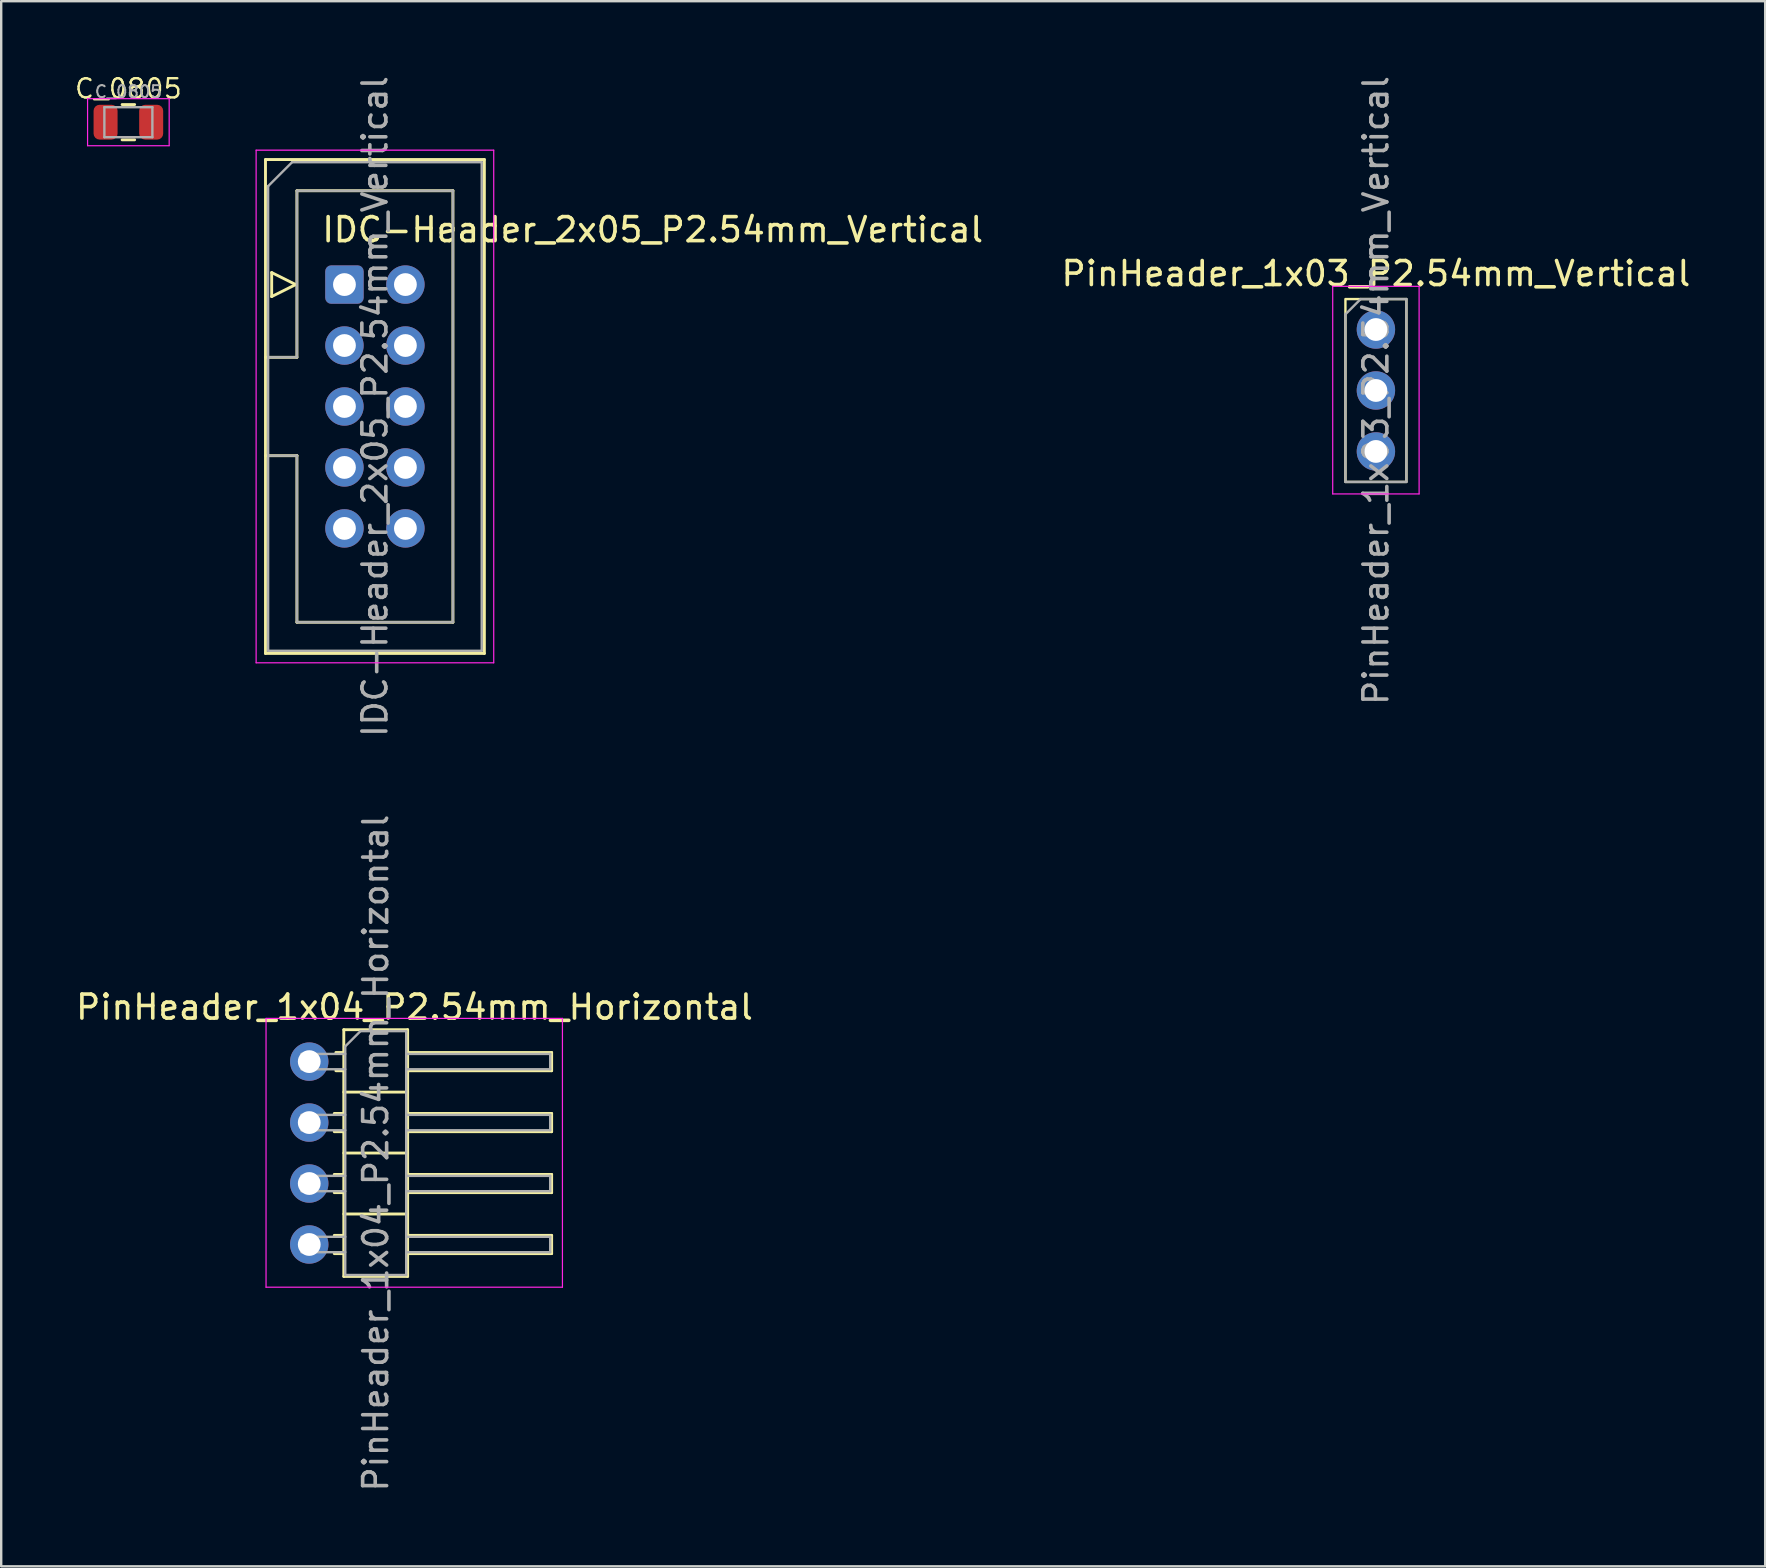
<source format=kicad_pcb>
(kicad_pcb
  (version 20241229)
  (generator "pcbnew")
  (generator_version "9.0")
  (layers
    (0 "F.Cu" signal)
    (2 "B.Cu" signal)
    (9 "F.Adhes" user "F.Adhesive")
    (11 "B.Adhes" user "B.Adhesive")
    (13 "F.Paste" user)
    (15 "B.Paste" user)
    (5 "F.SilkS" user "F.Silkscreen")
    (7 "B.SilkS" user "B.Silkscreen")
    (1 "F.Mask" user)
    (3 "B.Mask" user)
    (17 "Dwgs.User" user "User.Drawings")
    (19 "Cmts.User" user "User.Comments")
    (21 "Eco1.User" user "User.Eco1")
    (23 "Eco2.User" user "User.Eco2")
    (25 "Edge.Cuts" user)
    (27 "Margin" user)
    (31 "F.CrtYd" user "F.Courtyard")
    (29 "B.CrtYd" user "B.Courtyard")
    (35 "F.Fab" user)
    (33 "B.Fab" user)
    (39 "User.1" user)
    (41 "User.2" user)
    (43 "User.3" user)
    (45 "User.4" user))
  (footprint "IDC-Header_2x05_P2.54mm_Vertical"
    (layer "F.Cu")
    (at 11.302 8.807)
    (property "Reference" "IDC-Header_2x05_P2.54mm_Vertical" (at -1.016 -2.286 0) (unlocked yes) (layer "F.SilkS") (effects (font (size 1 1) (thickness 0.15)) (justify left)))
    (attr through_hole)
    (fp_line (start -3.29 -5.21) (end 5.83 -5.21) (stroke (width 0.12) (type solid)) (layer "F.SilkS"))
    (fp_line (start -3.29 3.03) (end -1.98 3.03) (stroke (width 0.12) (type solid)) (layer "F.SilkS"))
    (fp_line (start -3.29 15.37) (end -3.29 -5.21) (stroke (width 0.12) (type solid)) (layer "F.SilkS"))
    (fp_line (start -3.032 -0.5) (end -3.032 0.5) (stroke (width 0.12) (type solid)) (layer "F.SilkS"))
    (fp_line (start -3.032 0.5) (end -2.032 0) (stroke (width 0.12) (type solid)) (layer "F.SilkS"))
    (fp_line (start -2.032 0) (end -3.032 -0.5) (stroke (width 0.12) (type solid)) (layer "F.SilkS"))
    (fp_line (start -1.98 -3.91) (end 4.52 -3.91) (stroke (width 0.12) (type solid)) (layer "F.SilkS"))
    (fp_line (start -1.98 3.03) (end -1.98 -3.91) (stroke (width 0.12) (type solid)) (layer "F.SilkS"))
    (fp_line (start -1.98 7.13) (end -3.29 7.13) (stroke (width 0.12) (type solid)) (layer "F.SilkS"))
    (fp_line (start -1.98 7.13) (end -1.98 7.13) (stroke (width 0.12) (type solid)) (layer "F.SilkS"))
    (fp_line (start -1.98 14.07) (end -1.98 7.13) (stroke (width 0.12) (type solid)) (layer "F.SilkS"))
    (fp_line (start 4.52 -3.91) (end 4.52 14.07) (stroke (width 0.12) (type solid)) (layer "F.SilkS"))
    (fp_line (start 4.52 14.07) (end -1.98 14.07) (stroke (width 0.12) (type solid)) (layer "F.SilkS"))
    (fp_line (start 5.83 -5.21) (end 5.83 15.37) (stroke (width 0.12) (type solid)) (layer "F.SilkS"))
    (fp_line (start 5.83 15.37) (end -3.29 15.37) (stroke (width 0.12) (type solid)) (layer "F.SilkS"))
    (fp_line (start -3.68 -5.6) (end -3.68 15.76) (stroke (width 0.05) (type solid)) (layer "F.CrtYd"))
    (fp_line (start -3.68 15.76) (end 6.22 15.76) (stroke (width 0.05) (type solid)) (layer "F.CrtYd"))
    (fp_line (start 6.22 -5.6) (end -3.68 -5.6) (stroke (width 0.05) (type solid)) (layer "F.CrtYd"))
    (fp_line (start 6.22 15.76) (end 6.22 -5.6) (stroke (width 0.05) (type solid)) (layer "F.CrtYd"))
    (fp_line (start -3.18 -4.1) (end -2.18 -5.1) (stroke (width 0.1) (type solid)) (layer "F.Fab"))
    (fp_line (start -3.18 3.03) (end -1.98 3.03) (stroke (width 0.1) (type solid)) (layer "F.Fab"))
    (fp_line (start -3.18 15.26) (end -3.18 -4.1) (stroke (width 0.1) (type solid)) (layer "F.Fab"))
    (fp_line (start -2.18 -5.1) (end 5.72 -5.1) (stroke (width 0.1) (type solid)) (layer "F.Fab"))
    (fp_line (start -1.98 -3.91) (end 4.52 -3.91) (stroke (width 0.1) (type solid)) (layer "F.Fab"))
    (fp_line (start -1.98 3.03) (end -1.98 -3.91) (stroke (width 0.1) (type solid)) (layer "F.Fab"))
    (fp_line (start -1.98 7.13) (end -3.18 7.13) (stroke (width 0.1) (type solid)) (layer "F.Fab"))
    (fp_line (start -1.98 7.13) (end -1.98 7.13) (stroke (width 0.1) (type solid)) (layer "F.Fab"))
    (fp_line (start -1.98 14.07) (end -1.98 7.13) (stroke (width 0.1) (type solid)) (layer "F.Fab"))
    (fp_line (start 4.52 -3.91) (end 4.52 14.07) (stroke (width 0.1) (type solid)) (layer "F.Fab"))
    (fp_line (start 4.52 14.07) (end -1.98 14.07) (stroke (width 0.1) (type solid)) (layer "F.Fab"))
    (fp_line (start 5.72 -5.1) (end 5.72 15.26) (stroke (width 0.1) (type solid)) (layer "F.Fab"))
    (fp_line (start 5.72 15.26) (end -3.18 15.26) (stroke (width 0.1) (type solid)) (layer "F.Fab"))
    (fp_text user "${REFERENCE}" (at 1.27 5.08 90) (layer "F.Fab") (effects (font (size 1 1) (thickness 0.15))))
    (pad "1" thru_hole roundrect (at 0 0) (size 1.6 1.6) (drill 0.95) (layers "*.Cu" "*.Mask") (roundrect_rratio 0.156))
    (pad "2" thru_hole circle (at 2.54 0) (size 1.6 1.6) (drill 0.95) (layers "*.Cu" "*.Mask"))
    (pad "3" thru_hole circle (at 0 2.54) (size 1.6 1.6) (drill 0.95) (layers "*.Cu" "*.Mask"))
    (pad "4" thru_hole circle (at 2.54 2.54) (size 1.6 1.6) (drill 0.95) (layers "*.Cu" "*.Mask"))
    (pad "5" thru_hole circle (at 0 5.08) (size 1.6 1.6) (drill 0.95) (layers "*.Cu" "*.Mask"))
    (pad "6" thru_hole circle (at 2.54 5.08) (size 1.6 1.6) (drill 0.95) (layers "*.Cu" "*.Mask"))
    (pad "7" thru_hole circle (at 0 7.62) (size 1.6 1.6) (drill 0.95) (layers "*.Cu" "*.Mask"))
    (pad "8" thru_hole circle (at 2.54 7.62) (size 1.6 1.6) (drill 0.95) (layers "*.Cu" "*.Mask"))
    (pad "9" thru_hole circle (at 0 10.16) (size 1.6 1.6) (drill 0.95) (layers "*.Cu" "*.Mask"))
    (pad "10" thru_hole circle (at 2.54 10.16) (size 1.6 1.6) (drill 0.95) (layers "*.Cu" "*.Mask")))
  (footprint "PinHeader_1x04_P2.54mm_Horizontal"
    (layer "F.Cu")
    (at 9.835 41.184)
    (property "Reference" "PinHeader_1x04_P2.54mm_Horizontal" (at 4.385 -2.27 0) (layer "F.SilkS") (effects (font (size 1 1) (thickness 0.15))))
    (attr through_hole)
    (fp_line (start 1.043 2.16) (end 1.44 2.16) (stroke (width 0.12) (type solid)) (layer "F.SilkS"))
    (fp_line (start 1.043 2.92) (end 1.44 2.92) (stroke (width 0.12) (type solid)) (layer "F.SilkS"))
    (fp_line (start 1.043 4.7) (end 1.44 4.7) (stroke (width 0.12) (type solid)) (layer "F.SilkS"))
    (fp_line (start 1.043 5.46) (end 1.44 5.46) (stroke (width 0.12) (type solid)) (layer "F.SilkS"))
    (fp_line (start 1.043 7.24) (end 1.44 7.24) (stroke (width 0.12) (type solid)) (layer "F.SilkS"))
    (fp_line (start 1.043 8) (end 1.44 8) (stroke (width 0.12) (type solid)) (layer "F.SilkS"))
    (fp_line (start 1.11 -0.38) (end 1.44 -0.38) (stroke (width 0.12) (type solid)) (layer "F.SilkS"))
    (fp_line (start 1.11 0.38) (end 1.44 0.38) (stroke (width 0.12) (type solid)) (layer "F.SilkS"))
    (fp_line (start 1.44 -1.33) (end 1.44 8.95) (stroke (width 0.12) (type solid)) (layer "F.SilkS"))
    (fp_line (start 1.44 1.27) (end 4.1 1.27) (stroke (width 0.12) (type solid)) (layer "F.SilkS"))
    (fp_line (start 1.44 3.81) (end 4.1 3.81) (stroke (width 0.12) (type solid)) (layer "F.SilkS"))
    (fp_line (start 1.44 6.35) (end 4.1 6.35) (stroke (width 0.12) (type solid)) (layer "F.SilkS"))
    (fp_line (start 1.44 8.95) (end 4.1 8.95) (stroke (width 0.12) (type solid)) (layer "F.SilkS"))
    (fp_line (start 4.1 -1.33) (end 1.44 -1.33) (stroke (width 0.12) (type solid)) (layer "F.SilkS"))
    (fp_line (start 4.1 -0.38) (end 10.1 -0.38) (stroke (width 0.12) (type solid)) (layer "F.SilkS"))
    (fp_line (start 4.1 2.16) (end 10.1 2.16) (stroke (width 0.12) (type solid)) (layer "F.SilkS"))
    (fp_line (start 4.1 4.7) (end 10.1 4.7) (stroke (width 0.12) (type solid)) (layer "F.SilkS"))
    (fp_line (start 4.1 7.24) (end 10.1 7.24) (stroke (width 0.12) (type solid)) (layer "F.SilkS"))
    (fp_line (start 4.1 8.95) (end 4.1 -1.33) (stroke (width 0.12) (type solid)) (layer "F.SilkS"))
    (fp_line (start 10.1 -0.38) (end 10.1 0.38) (stroke (width 0.12) (type solid)) (layer "F.SilkS"))
    (fp_line (start 10.1 0.38) (end 4.1 0.38) (stroke (width 0.12) (type solid)) (layer "F.SilkS"))
    (fp_line (start 10.1 2.16) (end 10.1 2.92) (stroke (width 0.12) (type solid)) (layer "F.SilkS"))
    (fp_line (start 10.1 2.92) (end 4.1 2.92) (stroke (width 0.12) (type solid)) (layer "F.SilkS"))
    (fp_line (start 10.1 4.7) (end 10.1 5.46) (stroke (width 0.12) (type solid)) (layer "F.SilkS"))
    (fp_line (start 10.1 5.46) (end 4.1 5.46) (stroke (width 0.12) (type solid)) (layer "F.SilkS"))
    (fp_line (start 10.1 7.24) (end 10.1 8) (stroke (width 0.12) (type solid)) (layer "F.SilkS"))
    (fp_line (start 10.1 8) (end 4.1 8) (stroke (width 0.12) (type solid)) (layer "F.SilkS"))
    (fp_line (start -1.8 -1.8) (end -1.8 9.4) (stroke (width 0.05) (type solid)) (layer "F.CrtYd"))
    (fp_line (start -1.8 9.4) (end 10.55 9.4) (stroke (width 0.05) (type solid)) (layer "F.CrtYd"))
    (fp_line (start 10.55 -1.8) (end -1.8 -1.8) (stroke (width 0.05) (type solid)) (layer "F.CrtYd"))
    (fp_line (start 10.55 9.4) (end 10.55 -1.8) (stroke (width 0.05) (type solid)) (layer "F.CrtYd"))
    (fp_line (start -0.32 -0.32) (end -0.32 0.32) (stroke (width 0.1) (type solid)) (layer "F.Fab"))
    (fp_line (start -0.32 -0.32) (end 1.5 -0.32) (stroke (width 0.1) (type solid)) (layer "F.Fab"))
    (fp_line (start -0.32 0.32) (end 1.5 0.32) (stroke (width 0.1) (type solid)) (layer "F.Fab"))
    (fp_line (start -0.32 2.22) (end -0.32 2.86) (stroke (width 0.1) (type solid)) (layer "F.Fab"))
    (fp_line (start -0.32 2.22) (end 1.5 2.22) (stroke (width 0.1) (type solid)) (layer "F.Fab"))
    (fp_line (start -0.32 2.86) (end 1.5 2.86) (stroke (width 0.1) (type solid)) (layer "F.Fab"))
    (fp_line (start -0.32 4.76) (end -0.32 5.4) (stroke (width 0.1) (type solid)) (layer "F.Fab"))
    (fp_line (start -0.32 4.76) (end 1.5 4.76) (stroke (width 0.1) (type solid)) (layer "F.Fab"))
    (fp_line (start -0.32 5.4) (end 1.5 5.4) (stroke (width 0.1) (type solid)) (layer "F.Fab"))
    (fp_line (start -0.32 7.3) (end -0.32 7.94) (stroke (width 0.1) (type solid)) (layer "F.Fab"))
    (fp_line (start -0.32 7.3) (end 1.5 7.3) (stroke (width 0.1) (type solid)) (layer "F.Fab"))
    (fp_line (start -0.32 7.94) (end 1.5 7.94) (stroke (width 0.1) (type solid)) (layer "F.Fab"))
    (fp_line (start 1.5 -0.635) (end 2.135 -1.27) (stroke (width 0.1) (type solid)) (layer "F.Fab"))
    (fp_line (start 1.5 8.89) (end 1.5 -0.635) (stroke (width 0.1) (type solid)) (layer "F.Fab"))
    (fp_line (start 2.135 -1.27) (end 4.04 -1.27) (stroke (width 0.1) (type solid)) (layer "F.Fab"))
    (fp_line (start 4.04 -1.27) (end 4.04 8.89) (stroke (width 0.1) (type solid)) (layer "F.Fab"))
    (fp_line (start 4.04 -0.32) (end 10.04 -0.32) (stroke (width 0.1) (type solid)) (layer "F.Fab"))
    (fp_line (start 4.04 0.32) (end 10.04 0.32) (stroke (width 0.1) (type solid)) (layer "F.Fab"))
    (fp_line (start 4.04 2.22) (end 10.04 2.22) (stroke (width 0.1) (type solid)) (layer "F.Fab"))
    (fp_line (start 4.04 2.86) (end 10.04 2.86) (stroke (width 0.1) (type solid)) (layer "F.Fab"))
    (fp_line (start 4.04 4.76) (end 10.04 4.76) (stroke (width 0.1) (type solid)) (layer "F.Fab"))
    (fp_line (start 4.04 5.4) (end 10.04 5.4) (stroke (width 0.1) (type solid)) (layer "F.Fab"))
    (fp_line (start 4.04 7.3) (end 10.04 7.3) (stroke (width 0.1) (type solid)) (layer "F.Fab"))
    (fp_line (start 4.04 7.94) (end 10.04 7.94) (stroke (width 0.1) (type solid)) (layer "F.Fab"))
    (fp_line (start 4.04 8.89) (end 1.5 8.89) (stroke (width 0.1) (type solid)) (layer "F.Fab"))
    (fp_line (start 10.04 -0.32) (end 10.04 0.32) (stroke (width 0.1) (type solid)) (layer "F.Fab"))
    (fp_line (start 10.04 2.22) (end 10.04 2.86) (stroke (width 0.1) (type solid)) (layer "F.Fab"))
    (fp_line (start 10.04 4.76) (end 10.04 5.4) (stroke (width 0.1) (type solid)) (layer "F.Fab"))
    (fp_line (start 10.04 7.3) (end 10.04 7.94) (stroke (width 0.1) (type solid)) (layer "F.Fab"))
    (fp_text user "${REFERENCE}" (at 2.77 3.81 90) (layer "F.Fab") (effects (font (size 1 1) (thickness 0.15))))
    (pad "1" thru_hole circle (at 0 0) (size 1.6 1.6) (drill 0.95) (layers "*.Cu" "*.Mask"))
    (pad "2" thru_hole circle (at 0 2.54) (size 1.6 1.6) (drill 0.95) (layers "*.Cu" "*.Mask"))
    (pad "3" thru_hole circle (at 0 5.08) (size 1.6 1.6) (drill 0.95) (layers "*.Cu" "*.Mask"))
    (pad "4" thru_hole circle (at 0 7.62) (size 1.6 1.6) (drill 0.95) (layers "*.Cu" "*.Mask")))
  (footprint "PinHeader_1x03_P2.54mm_Vertical"
    (layer "F.Cu")
    (at 54.28 10.68)
    (property "Reference" "PinHeader_1x03_P2.54mm_Vertical" (at 0 -2.33 0) (layer "F.SilkS") (effects (font (size 1 1) (thickness 0.15))))
    (attr through_hole)
    (fp_rect (start -1.27 -1.27) (end 1.27 6.35) (stroke (width 0.1) (type default)) (fill no) (layer "F.SilkS"))
    (fp_line (start -1.8 -1.8) (end -1.8 6.85) (stroke (width 0.05) (type solid)) (layer "F.CrtYd"))
    (fp_line (start -1.8 6.85) (end 1.8 6.85) (stroke (width 0.05) (type solid)) (layer "F.CrtYd"))
    (fp_line (start 1.8 -1.8) (end -1.8 -1.8) (stroke (width 0.05) (type solid)) (layer "F.CrtYd"))
    (fp_line (start 1.8 6.85) (end 1.8 -1.8) (stroke (width 0.05) (type solid)) (layer "F.CrtYd"))
    (fp_line (start -1.27 -0.635) (end -0.635 -1.27) (stroke (width 0.1) (type solid)) (layer "F.Fab"))
    (fp_line (start -1.27 6.35) (end -1.27 -0.635) (stroke (width 0.1) (type solid)) (layer "F.Fab"))
    (fp_line (start -0.635 -1.27) (end 1.27 -1.27) (stroke (width 0.1) (type solid)) (layer "F.Fab"))
    (fp_line (start 1.27 -1.27) (end 1.27 6.35) (stroke (width 0.1) (type solid)) (layer "F.Fab"))
    (fp_line (start 1.27 6.35) (end -1.27 6.35) (stroke (width 0.1) (type solid)) (layer "F.Fab"))
    (fp_text user "${REFERENCE}" (at 0 2.54 90) (layer "F.Fab") (effects (font (size 1 1) (thickness 0.15))))
    (pad "1" thru_hole circle (at 0 0) (size 1.6 1.6) (drill 0.95) (layers "*.Cu" "*.Mask"))
    (pad "2" thru_hole circle (at 0 2.54) (size 1.6 1.6) (drill 0.95) (layers "*.Cu" "*.Mask"))
    (pad "3" thru_hole circle (at 0 5.08) (size 1.6 1.6) (drill 0.95) (layers "*.Cu" "*.Mask")))
  (footprint "C_0805"
    (layer "F.Cu")
    (at 2.299 2.041)
    (property "Reference" "C_0805" (at 0 -1.397 0) (unlocked yes) (layer "F.SilkS") (effects (font (size 0.8 0.8) (thickness 0.1))))
    (attr smd)
    (fp_line (start -0.261 -0.735) (end 0.261 -0.735) (stroke (width 0.12) (type solid)) (layer "F.SilkS"))
    (fp_line (start -0.261 0.735) (end 0.261 0.735) (stroke (width 0.12) (type solid)) (layer "F.SilkS"))
    (fp_line (start -1.7 -0.98) (end 1.7 -0.98) (stroke (width 0.05) (type solid)) (layer "F.CrtYd"))
    (fp_line (start -1.7 0.98) (end -1.7 -0.98) (stroke (width 0.05) (type solid)) (layer "F.CrtYd"))
    (fp_line (start 1.7 -0.98) (end 1.7 0.98) (stroke (width 0.05) (type solid)) (layer "F.CrtYd"))
    (fp_line (start 1.7 0.98) (end -1.7 0.98) (stroke (width 0.05) (type solid)) (layer "F.CrtYd"))
    (fp_line (start -1 -0.625) (end 1 -0.625) (stroke (width 0.1) (type solid)) (layer "F.Fab"))
    (fp_line (start -1 0.625) (end -1 -0.625) (stroke (width 0.1) (type solid)) (layer "F.Fab"))
    (fp_line (start 1 -0.625) (end 1 0.625) (stroke (width 0.1) (type solid)) (layer "F.Fab"))
    (fp_line (start 1 0.625) (end -1 0.625) (stroke (width 0.1) (type solid)) (layer "F.Fab"))
    (fp_text user "${REFERENCE}" (at 0 -1.27 0) (layer "F.Fab") (effects (font (size 0.5 0.5) (thickness 0.08))))
    (pad "1" smd roundrect (at -0.95 0) (size 1 1.45) (layers "F.Cu" "F.Mask" "F.Paste") (roundrect_rratio 0.25))
    (pad "2" smd roundrect (at 0.95 0) (size 1 1.45) (layers "F.Cu" "F.Mask" "F.Paste") (roundrect_rratio 0.25)))
  (gr_rect
    (start -3 -3)
    (end 70.5 62.214)
    (stroke (width 0.1) (type default))
    (fill no)
    (layer "Edge.Cuts")))
</source>
